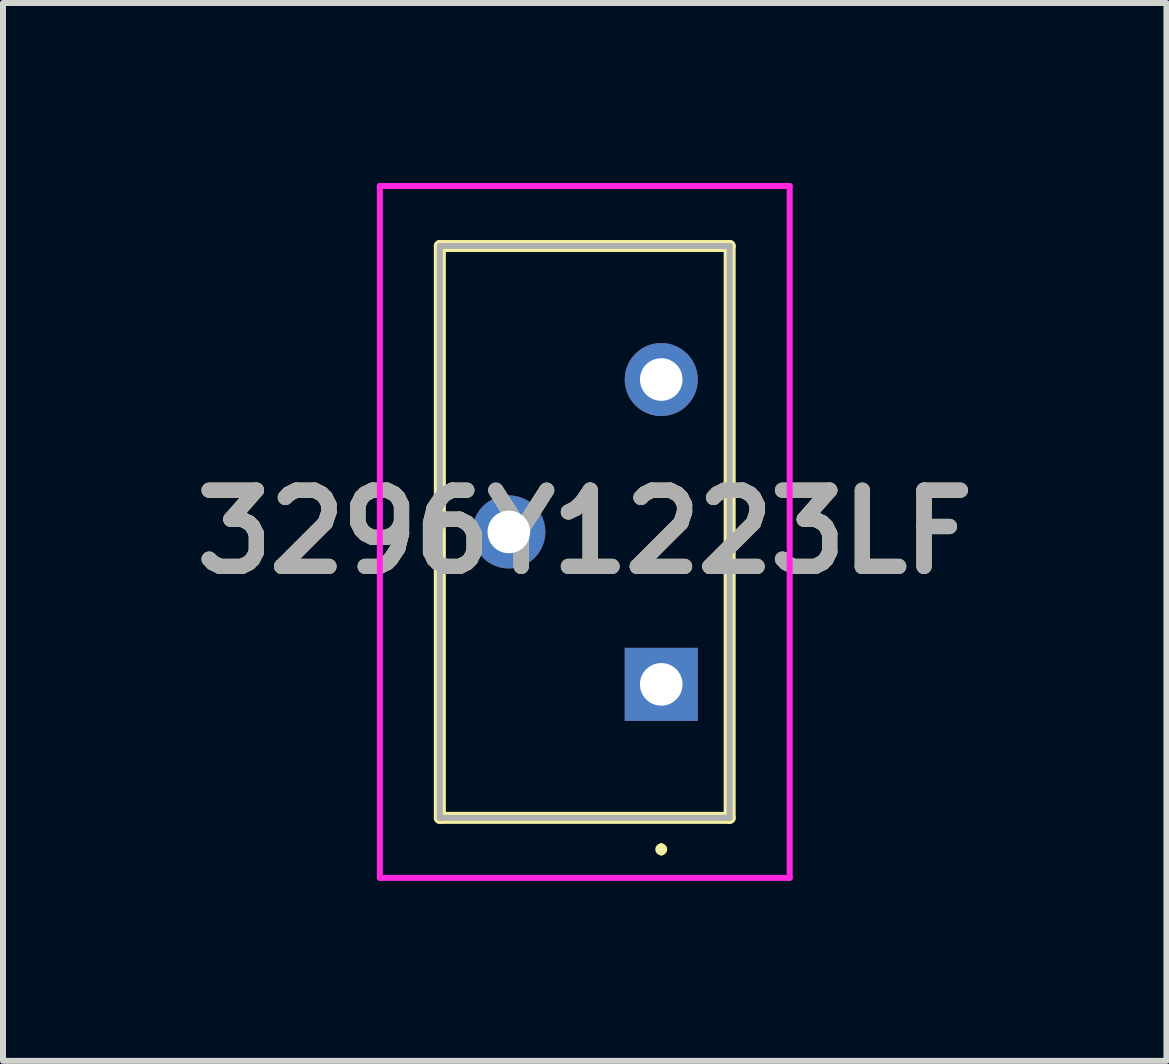
<source format=kicad_pcb>
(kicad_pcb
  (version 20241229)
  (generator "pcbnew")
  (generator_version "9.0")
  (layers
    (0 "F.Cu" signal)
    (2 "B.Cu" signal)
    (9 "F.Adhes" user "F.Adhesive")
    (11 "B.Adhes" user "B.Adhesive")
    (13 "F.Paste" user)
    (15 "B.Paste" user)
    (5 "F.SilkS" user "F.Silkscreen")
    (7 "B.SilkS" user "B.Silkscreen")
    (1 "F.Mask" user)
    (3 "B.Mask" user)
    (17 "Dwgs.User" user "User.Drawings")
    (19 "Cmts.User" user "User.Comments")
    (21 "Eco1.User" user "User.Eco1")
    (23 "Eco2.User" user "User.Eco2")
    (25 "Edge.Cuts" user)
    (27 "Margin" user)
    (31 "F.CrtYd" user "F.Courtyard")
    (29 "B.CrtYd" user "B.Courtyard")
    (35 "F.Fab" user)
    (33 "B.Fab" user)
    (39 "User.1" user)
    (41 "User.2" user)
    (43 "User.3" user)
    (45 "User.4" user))
  (footprint "3296Y1223LF"
    (layer "F.Cu")
    (at 7.97 8.355)
    (property "Reference" "3296Y1223LF" (at -1.275 -2.54 0) (layer "F.SilkS") (effects (font (size 1.27 1.27) (thickness 0.254))))
    (attr through_hole)
    (fp_line (start -3.69 -7.305) (end -3.69 2.225) (stroke (width 0.2) (type solid)) (layer "F.SilkS"))
    (fp_line (start -3.69 2.225) (end 1.14 2.225) (stroke (width 0.2) (type solid)) (layer "F.SilkS"))
    (fp_line (start 0 2.7) (end 0 2.7) (stroke (width 0.1) (type solid)) (layer "F.SilkS"))
    (fp_line (start 0 2.8) (end 0 2.8) (stroke (width 0.1) (type solid)) (layer "F.SilkS"))
    (fp_line (start 1.14 -7.305) (end -3.69 -7.305) (stroke (width 0.2) (type solid)) (layer "F.SilkS"))
    (fp_line (start 1.14 2.225) (end 1.14 -7.305) (stroke (width 0.2) (type solid)) (layer "F.SilkS"))
    (fp_arc (start 0 2.7) (mid 0.05 2.75) (end 0 2.8) (stroke (width 0.1) (type solid)) (layer "F.SilkS"))
    (fp_arc (start 0 2.8) (mid -0.05 2.75) (end 0 2.7) (stroke (width 0.1) (type solid)) (layer "F.SilkS"))
    (fp_line (start -4.69 -8.305) (end -4.69 3.225) (stroke (width 0.1) (type solid)) (layer "F.CrtYd"))
    (fp_line (start -4.69 3.225) (end 2.14 3.225) (stroke (width 0.1) (type solid)) (layer "F.CrtYd"))
    (fp_line (start 2.14 -8.305) (end -4.69 -8.305) (stroke (width 0.1) (type solid)) (layer "F.CrtYd"))
    (fp_line (start 2.14 3.225) (end 2.14 -8.305) (stroke (width 0.1) (type solid)) (layer "F.CrtYd"))
    (fp_line (start -3.69 -7.305) (end -3.69 2.225) (stroke (width 0.1) (type solid)) (layer "F.Fab"))
    (fp_line (start -3.69 2.225) (end 1.14 2.225) (stroke (width 0.1) (type solid)) (layer "F.Fab"))
    (fp_line (start 1.14 -7.305) (end -3.69 -7.305) (stroke (width 0.1) (type solid)) (layer "F.Fab"))
    (fp_line (start 1.14 2.225) (end 1.14 -7.305) (stroke (width 0.1) (type solid)) (layer "F.Fab"))
    (fp_text user "${REFERENCE}" (at -1.275 -2.54 0) (layer "F.Fab") (effects (font (size 1.27 1.27) (thickness 0.254))))
    (pad "1" thru_hole rect (at 0 0) (size 1.217 1.217) (drill 0.71) (layers "*.Cu" "*.Mask"))
    (pad "2" thru_hole circle (at -2.54 -2.54) (size 1.217 1.217) (drill 0.71) (layers "*.Cu" "*.Mask"))
    (pad "3" thru_hole circle (at 0 -5.08) (size 1.217 1.217) (drill 0.71) (layers "*.Cu" "*.Mask")))
  (gr_rect
    (start -3 -3)
    (end 16.389 14.63)
    (stroke (width 0.1) (type default))
    (fill no)
    (layer "Edge.Cuts")))
</source>
